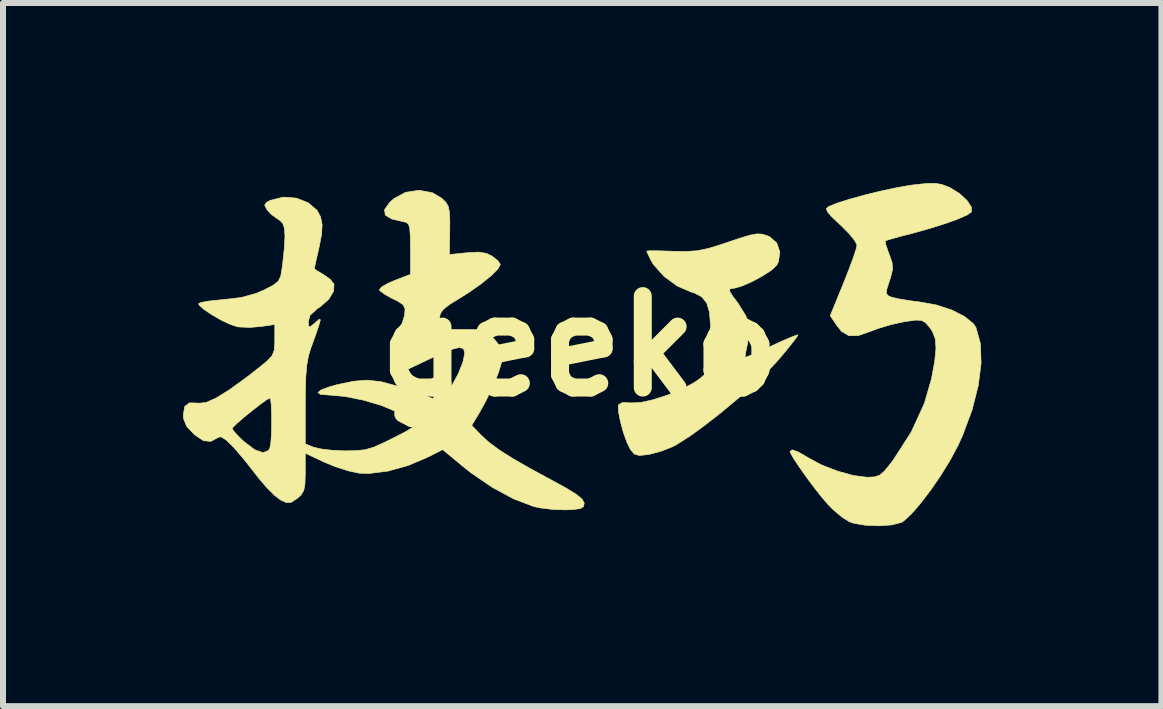
<source format=kicad_pcb>
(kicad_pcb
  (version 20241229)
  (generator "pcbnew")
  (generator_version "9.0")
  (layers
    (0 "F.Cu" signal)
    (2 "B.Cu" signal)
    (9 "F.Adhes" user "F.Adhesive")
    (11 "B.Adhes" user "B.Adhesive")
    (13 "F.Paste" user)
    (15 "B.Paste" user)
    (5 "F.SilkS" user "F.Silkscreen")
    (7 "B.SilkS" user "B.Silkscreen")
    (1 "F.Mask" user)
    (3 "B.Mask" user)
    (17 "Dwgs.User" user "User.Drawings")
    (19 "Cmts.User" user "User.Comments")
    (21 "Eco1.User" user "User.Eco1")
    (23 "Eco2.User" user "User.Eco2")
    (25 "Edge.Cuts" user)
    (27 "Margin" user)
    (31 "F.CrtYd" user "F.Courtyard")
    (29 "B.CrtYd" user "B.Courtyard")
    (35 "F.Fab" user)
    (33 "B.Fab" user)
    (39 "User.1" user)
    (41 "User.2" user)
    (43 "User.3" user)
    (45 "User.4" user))
  (footprint "geeko"
    (layer "F.Cu")
    (at 6.609 2.719)
    (property "Reference" "geeko" (at 0 0 0) (layer "F.SilkS") (effects (font (size 1.524 1.524) (thickness 0.3))))
    (attr through_hole)
    (fp_poly (pts (xy 3.045 -1.867) (xy 3.128 -1.84) (xy 3.17 -1.822) (xy 3.286 -1.719) (xy 3.337 -1.569) (xy 3.313 -1.406) (xy 3.283 -1.349) (xy 3.197 -1.267) (xy 3.048 -1.171) (xy 2.873 -1.076) (xy 2.704 -1.002) (xy 2.575 -0.966) (xy 2.559 -0.965) (xy 2.504 -0.955) (xy 2.501 -0.915) (xy 2.555 -0.827) (xy 2.636 -0.721) (xy 2.771 -0.504) (xy 2.823 -0.294) (xy 2.8 -0.052) (xy 2.797 -0.041) (xy 2.77 0.092) (xy 2.758 0.174) (xy 2.76 0.186) (xy 2.807 0.17) (xy 2.925 0.12) (xy 3.093 0.044) (xy 3.196 -0.004) (xy 3.383 -0.09) (xy 3.532 -0.153) (xy 3.622 -0.187) (xy 3.638 -0.189) (xy 3.614 -0.146) (xy 3.536 -0.044) (xy 3.418 0.102) (xy 3.309 0.231) (xy 3.133 0.42) (xy 2.902 0.639) (xy 2.637 0.873) (xy 2.357 1.106) (xy 2.082 1.321) (xy 1.83 1.503) (xy 1.622 1.636) (xy 1.549 1.675) (xy 1.364 1.748) (xy 1.167 1.801) (xy 1.135 1.807) (xy 0.994 1.821) (xy 0.911 1.797) (xy 0.847 1.722) (xy 0.845 1.72) (xy 0.787 1.6) (xy 0.728 1.433) (xy 0.679 1.252) (xy 0.648 1.093) (xy 0.644 0.988) (xy 0.647 0.978) (xy 0.714 0.938) (xy 0.858 0.945) (xy 1.013 0.939) (xy 1.225 0.892) (xy 1.465 0.815) (xy 1.701 0.717) (xy 1.905 0.609) (xy 2.003 0.541) (xy 2.075 0.478) (xy 2.12 0.41) (xy 2.147 0.313) (xy 2.163 0.162) (xy 2.174 -0.037) (xy 2.181 -0.345) (xy 2.164 -0.567) (xy 2.117 -0.722) (xy 2.034 -0.823) (xy 1.911 -0.887) (xy 1.857 -0.903) (xy 1.626 -1.003) (xy 1.405 -1.165) (xy 1.233 -1.358) (xy 1.191 -1.427) (xy 1.14 -1.531) (xy 1.118 -1.584) (xy 1.118 -1.585) (xy 1.164 -1.59) (xy 1.289 -1.59) (xy 1.469 -1.585) (xy 1.549 -1.582) (xy 1.776 -1.578) (xy 1.958 -1.591) (xy 2.137 -1.627) (xy 2.356 -1.694) (xy 2.439 -1.722) (xy 2.677 -1.802) (xy 2.842 -1.851) (xy 2.957 -1.872) (xy 3.045 -1.867)) (stroke (width 0.01) (type solid)) (fill yes) (layer "F.SilkS"))
    (fp_poly (pts (xy 6.036 -2.695) (xy 6.151 -2.651) (xy 6.181 -2.637) (xy 6.333 -2.542) (xy 6.455 -2.429) (xy 6.527 -2.32) (xy 6.529 -2.237) (xy 6.459 -2.188) (xy 6.308 -2.121) (xy 6.095 -2.044) (xy 5.838 -1.963) (xy 5.556 -1.884) (xy 5.528 -1.877) (xy 5.335 -1.827) (xy 5.185 -1.785) (xy 5.101 -1.759) (xy 5.091 -1.755) (xy 5.099 -1.703) (xy 5.136 -1.591) (xy 5.159 -1.531) (xy 5.207 -1.392) (xy 5.215 -1.282) (xy 5.183 -1.149) (xy 5.164 -1.091) (xy 5.119 -0.951) (xy 5.111 -0.877) (xy 5.145 -0.839) (xy 5.197 -0.817) (xy 5.304 -0.791) (xy 5.474 -0.762) (xy 5.661 -0.738) (xy 5.94 -0.688) (xy 6.198 -0.604) (xy 6.413 -0.496) (xy 6.562 -0.374) (xy 6.605 -0.309) (xy 6.678 -0.046) (xy 6.69 0.281) (xy 6.643 0.655) (xy 6.54 1.061) (xy 6.384 1.482) (xy 6.307 1.651) (xy 6.181 1.887) (xy 6.028 2.138) (xy 5.86 2.384) (xy 5.692 2.606) (xy 5.537 2.786) (xy 5.41 2.905) (xy 5.361 2.937) (xy 5.2 2.978) (xy 4.985 2.993) (xy 4.757 2.983) (xy 4.561 2.949) (xy 4.496 2.926) (xy 4.376 2.851) (xy 4.231 2.73) (xy 4.138 2.636) (xy 4.031 2.511) (xy 3.905 2.351) (xy 3.775 2.176) (xy 3.656 2.007) (xy 3.563 1.866) (xy 3.511 1.774) (xy 3.505 1.755) (xy 3.542 1.727) (xy 3.646 1.763) (xy 3.798 1.853) (xy 4.023 1.975) (xy 4.291 2.08) (xy 4.559 2.154) (xy 4.787 2.184) (xy 4.8 2.184) (xy 4.915 2.178) (xy 5.001 2.149) (xy 5.084 2.077) (xy 5.19 1.945) (xy 5.229 1.892) (xy 5.525 1.432) (xy 5.743 0.958) (xy 5.863 0.545) (xy 5.917 0.254) (xy 5.938 0.039) (xy 5.927 -0.119) (xy 5.881 -0.242) (xy 5.829 -0.318) (xy 5.762 -0.394) (xy 5.697 -0.43) (xy 5.604 -0.435) (xy 5.449 -0.414) (xy 5.404 -0.407) (xy 5.186 -0.359) (xy 4.967 -0.293) (xy 4.856 -0.251) (xy 4.645 -0.177) (xy 4.489 -0.174) (xy 4.366 -0.245) (xy 4.287 -0.343) (xy 4.176 -0.508) (xy 4.399 -1.054) (xy 4.487 -1.278) (xy 4.56 -1.473) (xy 4.607 -1.617) (xy 4.622 -1.684) (xy 4.587 -1.757) (xy 4.493 -1.873) (xy 4.361 -2.007) (xy 4.342 -2.024) (xy 4.201 -2.157) (xy 4.128 -2.241) (xy 4.112 -2.291) (xy 4.145 -2.324) (xy 4.152 -2.328) (xy 4.291 -2.384) (xy 4.503 -2.451) (xy 4.76 -2.522) (xy 5.035 -2.589) (xy 5.3 -2.645) (xy 5.527 -2.684) (xy 5.563 -2.688) (xy 5.776 -2.711) (xy 5.923 -2.714) (xy 6.036 -2.695)) (stroke (width 0.01) (type solid)) (fill yes) (layer "F.SilkS"))
    (fp_poly (pts (xy -2.453 -2.557) (xy -2.302 -2.468) (xy -2.231 -2.4) (xy -2.189 -2.33) (xy -2.169 -2.23) (xy -2.163 -2.074) (xy -2.164 -1.936) (xy -2.17 -1.527) (xy -1.88 -1.557) (xy -1.686 -1.568) (xy -1.552 -1.547) (xy -1.456 -1.499) (xy -1.362 -1.424) (xy -1.321 -1.364) (xy -1.321 -1.363) (xy -1.362 -1.287) (xy -1.475 -1.174) (xy -1.643 -1.038) (xy -1.849 -0.894) (xy -1.994 -0.803) (xy -2.168 -0.695) (xy -2.271 -0.615) (xy -2.321 -0.544) (xy -2.336 -0.464) (xy -2.337 -0.439) (xy -2.337 -0.279) (xy -1.951 -0.279) (xy -1.753 -0.277) (xy -1.626 -0.264) (xy -1.54 -0.229) (xy -1.465 -0.164) (xy -1.414 -0.108) (xy -1.317 0.015) (xy -1.283 0.119) (xy -1.294 0.241) (xy -1.35 0.433) (xy -1.448 0.675) (xy -1.574 0.935) (xy -1.683 1.13) (xy -1.798 1.32) (xy -1.649 1.475) (xy -1.518 1.596) (xy -1.344 1.726) (xy -1.114 1.872) (xy -0.816 2.043) (xy -0.468 2.231) (xy -0.22 2.367) (xy -0.054 2.47) (xy 0.041 2.548) (xy 0.075 2.609) (xy 0.076 2.619) (xy 0.063 2.675) (xy 0.01 2.706) (xy -0.107 2.722) (xy -0.229 2.727) (xy -0.444 2.721) (xy -0.662 2.694) (xy -0.766 2.671) (xy -1.095 2.546) (xy -1.452 2.354) (xy -1.809 2.111) (xy -1.947 2.001) (xy -2.282 1.723) (xy -2.539 1.853) (xy -2.863 1.99) (xy -3.197 2.082) (xy -3.508 2.121) (xy -3.675 2.116) (xy -3.856 2.077) (xy -4.074 2.007) (xy -4.249 1.935) (xy -4.572 1.783) (xy -4.572 2.107) (xy -4.577 2.291) (xy -4.597 2.405) (xy -4.644 2.481) (xy -4.704 2.535) (xy -4.805 2.602) (xy -4.888 2.606) (xy -4.98 2.564) (xy -5.081 2.488) (xy -5.214 2.356) (xy -5.352 2.194) (xy -5.368 2.172) (xy -5.59 1.89) (xy -5.762 1.689) (xy -5.888 1.564) (xy -5.973 1.511) (xy -6.014 1.515) (xy -6.144 1.586) (xy -6.268 1.575) (xy -6.411 1.479) (xy -6.426 1.466) (xy -6.514 1.373) (xy -5.791 1.373) (xy -5.756 1.425) (xy -5.667 1.52) (xy -5.588 1.594) (xy -5.415 1.725) (xy -5.279 1.774) (xy -5.187 1.74) (xy -5.162 1.698) (xy -5.146 1.612) (xy -5.136 1.468) (xy -5.132 1.294) (xy -5.133 1.118) (xy -5.139 0.971) (xy -5.151 0.88) (xy -5.16 0.864) (xy -5.217 0.893) (xy -5.324 0.97) (xy -5.457 1.074) (xy -5.594 1.185) (xy -5.71 1.286) (xy -5.78 1.355) (xy -5.791 1.373) (xy -6.514 1.373) (xy -6.549 1.336) (xy -6.599 1.21) (xy -6.604 1.143) (xy -6.581 1.005) (xy -6.502 0.944) (xy -6.352 0.948) (xy -6.339 0.95) (xy -6.224 0.938) (xy -6.057 0.863) (xy -5.833 0.724) (xy -5.547 0.517) (xy -5.347 0.361) (xy -5.204 0.244) (xy -5.124 0.157) (xy -5.089 0.067) (xy -5.08 -0.056) (xy -5.08 -0.106) (xy -5.08 -0.362) (xy -5.308 -0.328) (xy -5.493 -0.313) (xy -5.67 -0.32) (xy -5.707 -0.325) (xy -5.826 -0.365) (xy -5.977 -0.437) (xy -6.13 -0.525) (xy -6.26 -0.613) (xy -6.339 -0.684) (xy -6.35 -0.709) (xy -6.303 -0.73) (xy -6.179 -0.752) (xy -6.001 -0.771) (xy -5.941 -0.776) (xy -5.637 -0.812) (xy -5.391 -0.88) (xy -5.258 -0.937) (xy -5.106 -1.016) (xy -5.021 -1.083) (xy -4.98 -1.17) (xy -4.957 -1.308) (xy -4.953 -1.336) (xy -4.922 -1.622) (xy -4.91 -1.826) (xy -4.918 -1.962) (xy -4.948 -2.049) (xy -5.001 -2.101) (xy -5.02 -2.112) (xy -5.142 -2.199) (xy -5.208 -2.273) (xy -5.249 -2.35) (xy -5.215 -2.399) (xy -5.152 -2.431) (xy -4.94 -2.484) (xy -4.721 -2.468) (xy -4.524 -2.391) (xy -4.375 -2.264) (xy -4.317 -2.155) (xy -4.291 -2.024) (xy -4.3 -1.864) (xy -4.341 -1.653) (xy -4.38 -1.481) (xy -4.409 -1.352) (xy -4.42 -1.294) (xy -4.42 -1.294) (xy -4.38 -1.259) (xy -4.282 -1.202) (xy -4.273 -1.197) (xy -4.16 -1.118) (xy -4.094 -1.036) (xy -4.099 -0.918) (xy -4.18 -0.783) (xy -4.322 -0.657) (xy -4.368 -0.628) (xy -4.491 -0.517) (xy -4.521 -0.413) (xy -4.517 -0.329) (xy -4.486 -0.325) (xy -4.413 -0.386) (xy -4.337 -0.45) (xy -4.32 -0.438) (xy -4.343 -0.356) (xy -4.383 -0.234) (xy -4.443 -0.066) (xy -4.477 0.025) (xy -4.519 0.162) (xy -4.547 0.318) (xy -4.564 0.518) (xy -4.571 0.785) (xy -4.572 0.954) (xy -4.572 1.628) (xy -4.432 1.684) (xy -4.312 1.712) (xy -4.129 1.734) (xy -3.922 1.744) (xy -3.912 1.744) (xy -3.722 1.741) (xy -3.574 1.725) (xy -3.434 1.684) (xy -3.266 1.61) (xy -3.103 1.529) (xy -2.898 1.424) (xy -2.781 1.35) (xy -2.75 1.291) (xy -2.804 1.231) (xy -2.941 1.152) (xy -3.067 1.086) (xy -3.31 0.985) (xy -3.608 0.898) (xy -3.913 0.837) (xy -4.178 0.814) (xy -4.178 0.814) (xy -4.318 0.803) (xy -4.361 0.773) (xy -4.312 0.731) (xy -4.173 0.678) (xy -4.041 0.641) (xy -3.769 0.584) (xy -3.539 0.566) (xy -3.312 0.591) (xy -3.052 0.661) (xy -2.896 0.714) (xy -2.693 0.785) (xy -2.521 0.846) (xy -2.407 0.886) (xy -2.383 0.894) (xy -2.31 0.87) (xy -2.216 0.774) (xy -2.114 0.628) (xy -2.02 0.454) (xy -1.949 0.275) (xy -1.938 0.238) (xy -1.915 0.113) (xy -1.935 0.041) (xy -2.006 0.022) (xy -2.141 0.055) (xy -2.347 0.14) (xy -2.495 0.209) (xy -2.958 0.429) (xy -3.054 0.31) (xy -3.135 0.14) (xy -3.137 -0.047) (xy -3.063 -0.212) (xy -3.046 -0.231) (xy -2.965 -0.361) (xy -2.917 -0.513) (xy -2.909 -0.622) (xy -2.941 -0.691) (xy -3.033 -0.752) (xy -3.107 -0.787) (xy -3.238 -0.858) (xy -3.323 -0.92) (xy -3.338 -0.94) (xy -3.303 -0.984) (xy -3.197 -1.046) (xy -3.086 -1.094) (xy -2.819 -1.197) (xy -2.819 -1.627) (xy -2.822 -1.837) (xy -2.831 -1.966) (xy -2.853 -2.035) (xy -2.891 -2.065) (xy -2.921 -2.071) (xy -3.129 -2.119) (xy -3.239 -2.185) (xy -3.251 -2.275) (xy -3.169 -2.392) (xy -3.095 -2.459) (xy -2.899 -2.565) (xy -2.673 -2.598) (xy -2.453 -2.557)) (stroke (width 0.01) (type solid)) (fill yes) (layer "F.SilkS")))
  (gr_rect
    (start -3 -3)
    (end 16.304 8.717)
    (stroke (width 0.1) (type default))
    (fill no)
    (layer "Edge.Cuts")))
</source>
